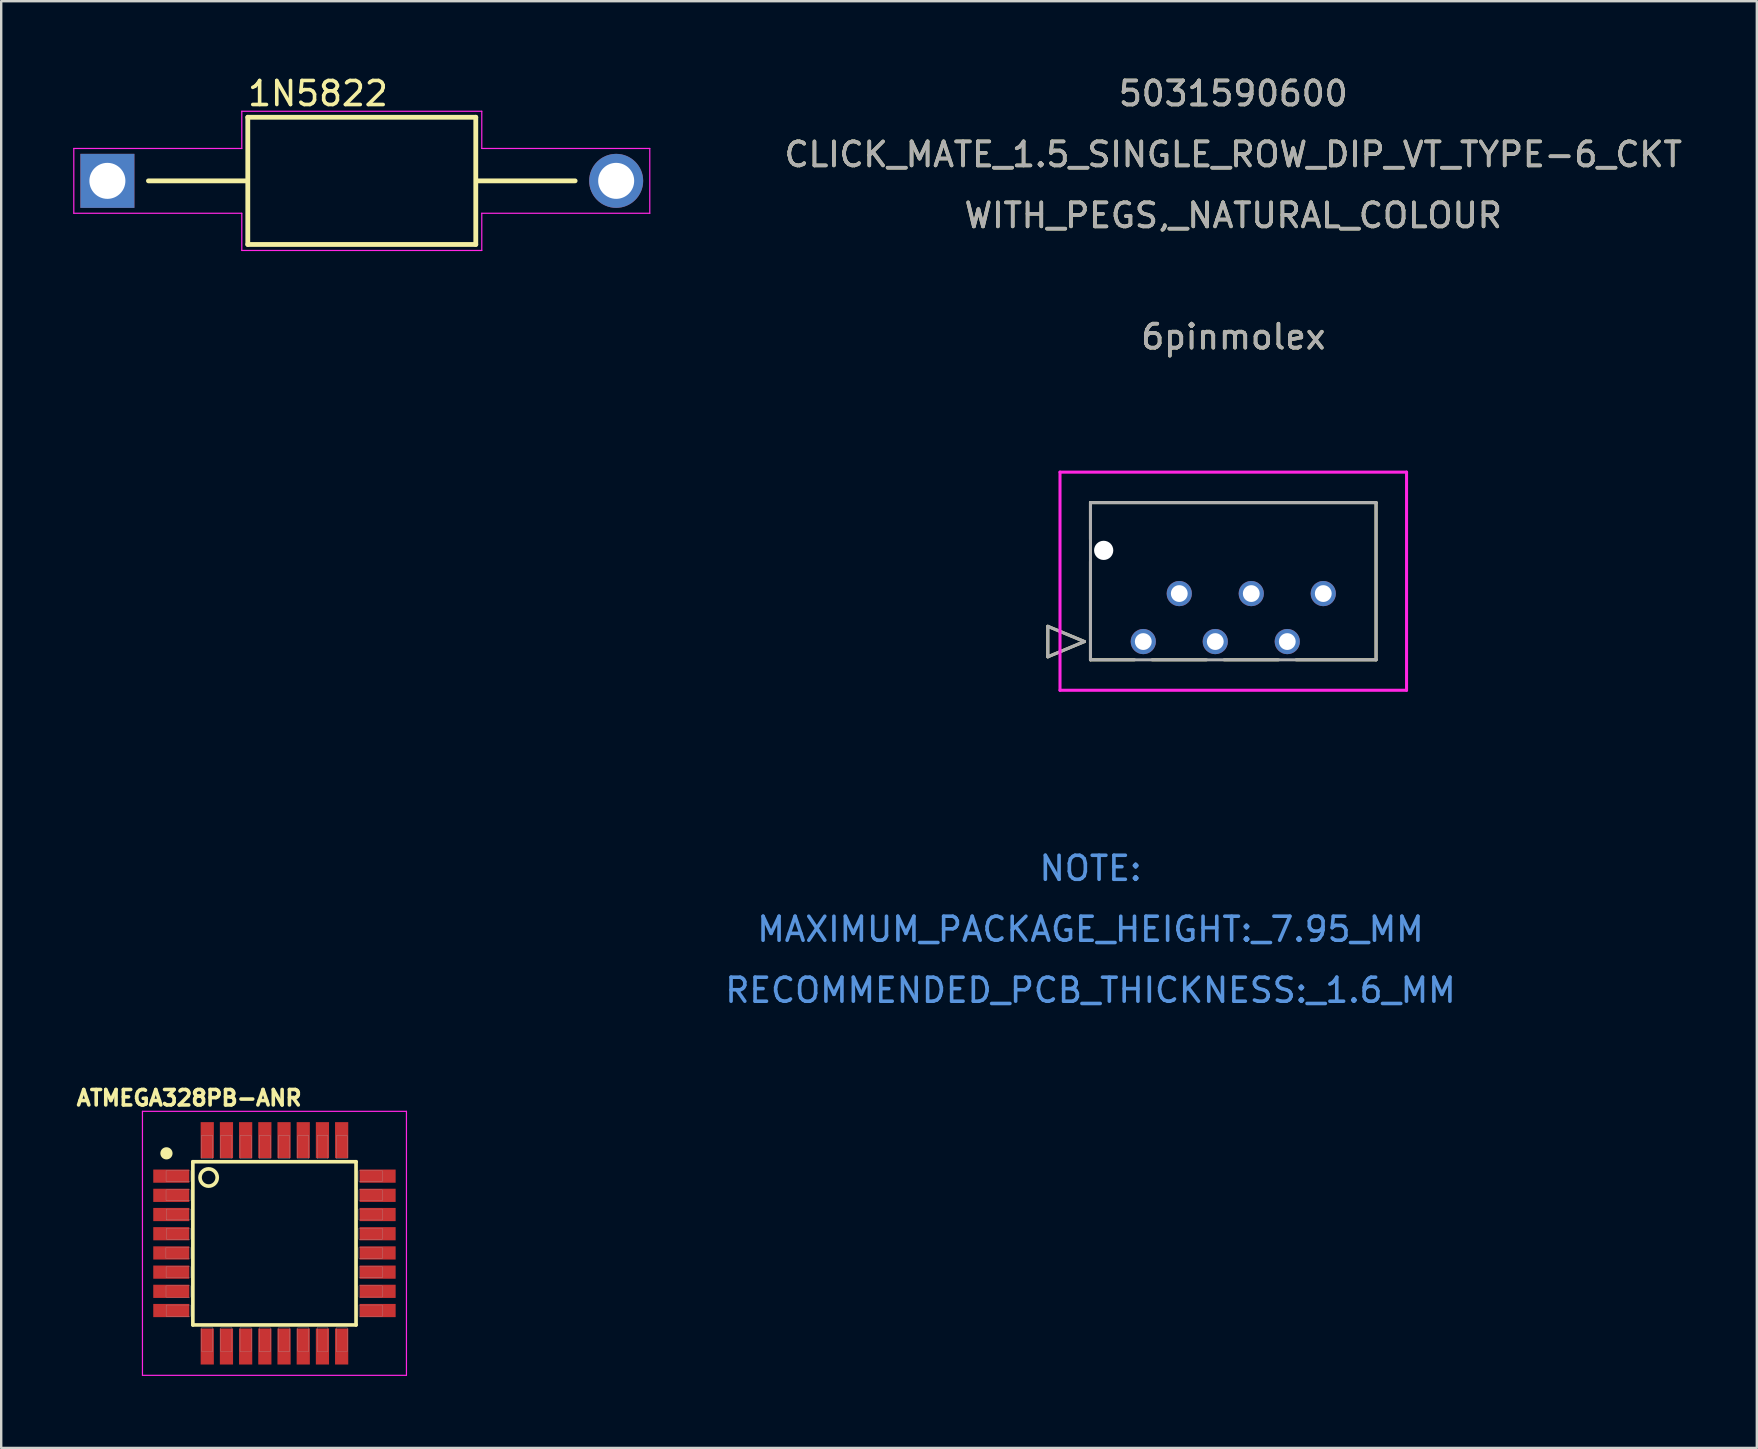
<source format=kicad_pcb>
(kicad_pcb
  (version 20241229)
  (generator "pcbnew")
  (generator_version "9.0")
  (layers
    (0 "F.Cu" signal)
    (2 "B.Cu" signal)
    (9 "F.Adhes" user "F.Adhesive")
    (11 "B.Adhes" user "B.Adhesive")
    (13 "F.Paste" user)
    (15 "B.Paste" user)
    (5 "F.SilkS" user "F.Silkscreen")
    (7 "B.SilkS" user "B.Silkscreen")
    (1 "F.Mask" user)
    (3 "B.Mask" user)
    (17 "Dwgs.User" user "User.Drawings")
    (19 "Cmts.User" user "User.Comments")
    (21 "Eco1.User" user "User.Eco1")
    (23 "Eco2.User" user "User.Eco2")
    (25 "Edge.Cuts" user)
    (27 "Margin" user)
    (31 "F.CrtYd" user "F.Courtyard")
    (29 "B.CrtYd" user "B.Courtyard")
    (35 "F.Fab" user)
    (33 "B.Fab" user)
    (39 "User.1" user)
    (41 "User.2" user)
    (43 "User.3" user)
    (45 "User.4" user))
  (footprint "ATMEGA328PB-ANR"
    (layer "F.Cu")
    (at 8.386 48.758)
    (property "Reference" "ATMEGA328PB-ANR" (at -3.554 -6.057 0) (layer "F.SilkS") (effects (font (size 0.643 0.643) (thickness 0.15))))
    (attr smd)
    (fp_line (start -3.4 -3.4) (end 3.4 -3.4) (stroke (width 0.152) (type solid)) (layer "F.SilkS"))
    (fp_line (start -3.4 3.4) (end -3.4 -3.4) (stroke (width 0.152) (type solid)) (layer "F.SilkS"))
    (fp_line (start 3.4 -3.4) (end 3.4 3.4) (stroke (width 0.152) (type solid)) (layer "F.SilkS"))
    (fp_line (start 3.4 3.4) (end -3.4 3.4) (stroke (width 0.152) (type solid)) (layer "F.SilkS"))
    (fp_circle (center -4.5 -3.75) (end -4.246 -3.75) (stroke (width 0) (type solid)) (fill yes) (layer "F.SilkS"))
    (fp_circle (center -2.743 -2.743) (end -2.384 -2.743) (stroke (width 0.152) (type solid)) (fill no) (layer "F.SilkS"))
    (fp_line (start -5.5 -5.5) (end -5.5 5.5) (stroke (width 0.05) (type solid)) (layer "F.CrtYd"))
    (fp_line (start -5.5 5.5) (end 5.5 5.5) (stroke (width 0.05) (type solid)) (layer "F.CrtYd"))
    (fp_line (start 5.5 -5.5) (end -5.5 -5.5) (stroke (width 0.05) (type solid)) (layer "F.CrtYd"))
    (fp_line (start 5.5 5.5) (end 5.5 -5.5) (stroke (width 0.05) (type solid)) (layer "F.CrtYd"))
    (fp_poly (pts (xy -4.522 0.171) (xy -3.506 0.171) (xy -3.506 0.632) (xy -4.522 0.632)) (stroke (width 0.01) (type solid)) (fill no) (layer "F.Fab"))
    (fp_poly (pts (xy -4.519 1.771) (xy -3.506 1.771) (xy -3.506 2.24) (xy -4.519 2.24)) (stroke (width 0.01) (type solid)) (fill no) (layer "F.Fab"))
    (fp_poly (pts (xy -4.518 -2.229) (xy -3.506 -2.229) (xy -3.506 -1.78) (xy -4.518 -1.78)) (stroke (width 0.01) (type solid)) (fill no) (layer "F.Fab"))
    (fp_poly (pts (xy -4.517 -3.029) (xy -3.506 -3.029) (xy -3.506 -2.583) (xy -4.517 -2.583)) (stroke (width 0.01) (type solid)) (fill no) (layer "F.Fab"))
    (fp_poly (pts (xy -4.516 0.971) (xy -3.506 0.971) (xy -3.506 1.435) (xy -4.516 1.435)) (stroke (width 0.01) (type solid)) (fill no) (layer "F.Fab"))
    (fp_poly (pts (xy -4.515 2.571) (xy -3.506 2.571) (xy -3.506 3.041) (xy -4.515 3.041)) (stroke (width 0.01) (type solid)) (fill no) (layer "F.Fab"))
    (fp_poly (pts (xy -4.512 -1.429) (xy -3.506 -1.429) (xy -3.506 -0.975) (xy -4.512 -0.975)) (stroke (width 0.01) (type solid)) (fill no) (layer "F.Fab"))
    (fp_poly (pts (xy -4.504 -0.629) (xy -3.506 -0.629) (xy -3.506 -0.172) (xy -4.504 -0.172)) (stroke (width 0.01) (type solid)) (fill no) (layer "F.Fab"))
    (fp_poly (pts (xy -3.041 -4.497) (xy -2.571 -4.497) (xy -2.571 -3.52) (xy -3.041 -3.52)) (stroke (width 0.01) (type solid)) (fill no) (layer "F.Fab"))
    (fp_poly (pts (xy -3.036 3.506) (xy -2.571 3.506) (xy -2.571 4.507) (xy -3.036 4.507)) (stroke (width 0.01) (type solid)) (fill no) (layer "F.Fab"))
    (fp_poly (pts (xy -2.243 -4.497) (xy -1.771 -4.497) (xy -1.771 -3.529) (xy -2.243 -3.529)) (stroke (width 0.01) (type solid)) (fill no) (layer "F.Fab"))
    (fp_poly (pts (xy -2.235 3.506) (xy -1.771 3.506) (xy -1.771 4.51) (xy -2.235 4.51)) (stroke (width 0.01) (type solid)) (fill no) (layer "F.Fab"))
    (fp_poly (pts (xy -1.435 -4.497) (xy -0.971 -4.497) (xy -0.971 -3.522) (xy -1.435 -3.522)) (stroke (width 0.01) (type solid)) (fill no) (layer "F.Fab"))
    (fp_poly (pts (xy -1.434 3.506) (xy -0.971 3.506) (xy -0.971 4.513) (xy -1.434 4.513)) (stroke (width 0.01) (type solid)) (fill no) (layer "F.Fab"))
    (fp_poly (pts (xy -0.632 -4.497) (xy -0.171 -4.497) (xy -0.171 -3.523) (xy -0.632 -3.523)) (stroke (width 0.01) (type solid)) (fill no) (layer "F.Fab"))
    (fp_poly (pts (xy -0.631 3.506) (xy -0.171 3.506) (xy -0.171 4.515) (xy -0.631 4.515)) (stroke (width 0.01) (type solid)) (fill no) (layer "F.Fab"))
    (fp_poly (pts (xy 0.172 -4.497) (xy 0.629 -4.497) (xy 0.629 -3.52) (xy 0.172 -3.52)) (stroke (width 0.01) (type solid)) (fill no) (layer "F.Fab"))
    (fp_poly (pts (xy 0.172 3.506) (xy 0.629 3.506) (xy 0.629 4.514) (xy 0.172 4.514)) (stroke (width 0.01) (type solid)) (fill no) (layer "F.Fab"))
    (fp_poly (pts (xy 0.974 3.506) (xy 1.429 3.506) (xy 1.429 4.507) (xy 0.974 4.507)) (stroke (width 0.01) (type solid)) (fill no) (layer "F.Fab"))
    (fp_poly (pts (xy 0.974 -4.497) (xy 1.429 -4.497) (xy 1.429 -3.517) (xy 0.974 -3.517)) (stroke (width 0.01) (type solid)) (fill no) (layer "F.Fab"))
    (fp_poly (pts (xy 1.777 -4.497) (xy 2.229 -4.497) (xy 2.229 -3.518) (xy 1.777 -3.518)) (stroke (width 0.01) (type solid)) (fill no) (layer "F.Fab"))
    (fp_poly (pts (xy 1.78 3.506) (xy 2.229 3.506) (xy 2.229 4.518) (xy 1.78 4.518)) (stroke (width 0.01) (type solid)) (fill no) (layer "F.Fab"))
    (fp_poly (pts (xy 2.582 -4.497) (xy 3.029 -4.497) (xy 3.029 -3.52) (xy 2.582 -3.52)) (stroke (width 0.01) (type solid)) (fill no) (layer "F.Fab"))
    (fp_poly (pts (xy 2.584 3.506) (xy 3.029 3.506) (xy 3.029 4.518) (xy 2.584 4.518)) (stroke (width 0.01) (type solid)) (fill no) (layer "F.Fab"))
    (fp_poly (pts (xy 3.512 -0.629) (xy 4.497 -0.629) (xy 4.497 -0.172) (xy 3.512 -0.172)) (stroke (width 0.01) (type solid)) (fill no) (layer "F.Fab"))
    (fp_poly (pts (xy 3.515 -3.029) (xy 4.497 -3.029) (xy 4.497 -2.578) (xy 3.515 -2.578)) (stroke (width 0.01) (type solid)) (fill no) (layer "F.Fab"))
    (fp_poly (pts (xy 3.516 -1.429) (xy 4.497 -1.429) (xy 4.497 -0.974) (xy 3.516 -0.974)) (stroke (width 0.01) (type solid)) (fill no) (layer "F.Fab"))
    (fp_poly (pts (xy 3.517 0.171) (xy 4.497 0.171) (xy 4.497 0.631) (xy 3.517 0.631)) (stroke (width 0.01) (type solid)) (fill no) (layer "F.Fab"))
    (fp_poly (pts (xy 3.52 -2.229) (xy 4.497 -2.229) (xy 4.497 -1.779) (xy 3.52 -1.779)) (stroke (width 0.01) (type solid)) (fill no) (layer "F.Fab"))
    (fp_poly (pts (xy 3.521 1.771) (xy 4.497 1.771) (xy 4.497 2.238) (xy 3.521 2.238)) (stroke (width 0.01) (type solid)) (fill no) (layer "F.Fab"))
    (fp_poly (pts (xy 3.523 2.571) (xy 4.497 2.571) (xy 4.497 3.043) (xy 3.523 3.043)) (stroke (width 0.01) (type solid)) (fill no) (layer "F.Fab"))
    (fp_poly (pts (xy 3.524 0.971) (xy 4.497 0.971) (xy 4.497 1.436) (xy 3.524 1.436)) (stroke (width 0.01) (type solid)) (fill no) (layer "F.Fab"))
    (pad "1" smd rect (at -4.3 -2.8) (size 1.5 0.55) (layers "F.Cu" "F.Mask" "F.Paste"))
    (pad "2" smd rect (at -4.3 -2) (size 1.5 0.55) (layers "F.Cu" "F.Mask" "F.Paste"))
    (pad "3" smd rect (at -4.3 -1.2) (size 1.5 0.55) (layers "F.Cu" "F.Mask" "F.Paste"))
    (pad "4" smd rect (at -4.3 -0.4) (size 1.5 0.55) (layers "F.Cu" "F.Mask" "F.Paste"))
    (pad "5" smd rect (at -4.3 0.4) (size 1.5 0.55) (layers "F.Cu" "F.Mask" "F.Paste"))
    (pad "6" smd rect (at -4.3 1.2) (size 1.5 0.55) (layers "F.Cu" "F.Mask" "F.Paste"))
    (pad "7" smd rect (at -4.3 2) (size 1.5 0.55) (layers "F.Cu" "F.Mask" "F.Paste"))
    (pad "8" smd rect (at -4.3 2.8) (size 1.5 0.55) (layers "F.Cu" "F.Mask" "F.Paste"))
    (pad "9" smd rect (at -2.8 4.3) (size 0.55 1.5) (layers "F.Cu" "F.Mask" "F.Paste"))
    (pad "10" smd rect (at -2 4.3) (size 0.55 1.5) (layers "F.Cu" "F.Mask" "F.Paste"))
    (pad "11" smd rect (at -1.2 4.3) (size 0.55 1.5) (layers "F.Cu" "F.Mask" "F.Paste"))
    (pad "12" smd rect (at -0.4 4.3) (size 0.55 1.5) (layers "F.Cu" "F.Mask" "F.Paste"))
    (pad "13" smd rect (at 0.4 4.3) (size 0.55 1.5) (layers "F.Cu" "F.Mask" "F.Paste"))
    (pad "14" smd rect (at 1.2 4.3) (size 0.55 1.5) (layers "F.Cu" "F.Mask" "F.Paste"))
    (pad "15" smd rect (at 2 4.3) (size 0.55 1.5) (layers "F.Cu" "F.Mask" "F.Paste"))
    (pad "16" smd rect (at 2.8 4.3) (size 0.55 1.5) (layers "F.Cu" "F.Mask" "F.Paste"))
    (pad "17" smd rect (at 4.3 2.8) (size 1.5 0.55) (layers "F.Cu" "F.Mask" "F.Paste"))
    (pad "18" smd rect (at 4.3 2) (size 1.5 0.55) (layers "F.Cu" "F.Mask" "F.Paste"))
    (pad "19" smd rect (at 4.3 1.2) (size 1.5 0.55) (layers "F.Cu" "F.Mask" "F.Paste"))
    (pad "20" smd rect (at 4.3 0.4) (size 1.5 0.55) (layers "F.Cu" "F.Mask" "F.Paste"))
    (pad "21" smd rect (at 4.3 -0.4) (size 1.5 0.55) (layers "F.Cu" "F.Mask" "F.Paste"))
    (pad "22" smd rect (at 4.3 -1.2) (size 1.5 0.55) (layers "F.Cu" "F.Mask" "F.Paste"))
    (pad "23" smd rect (at 4.3 -2) (size 1.5 0.55) (layers "F.Cu" "F.Mask" "F.Paste"))
    (pad "24" smd rect (at 4.3 -2.8) (size 1.5 0.55) (layers "F.Cu" "F.Mask" "F.Paste"))
    (pad "25" smd rect (at 2.8 -4.3) (size 0.55 1.5) (layers "F.Cu" "F.Mask" "F.Paste"))
    (pad "26" smd rect (at 2 -4.3) (size 0.55 1.5) (layers "F.Cu" "F.Mask" "F.Paste"))
    (pad "27" smd rect (at 1.2 -4.3) (size 0.55 1.5) (layers "F.Cu" "F.Mask" "F.Paste"))
    (pad "28" smd rect (at 0.4 -4.3) (size 0.55 1.5) (layers "F.Cu" "F.Mask" "F.Paste"))
    (pad "29" smd rect (at -0.4 -4.3) (size 0.55 1.5) (layers "F.Cu" "F.Mask" "F.Paste"))
    (pad "30" smd rect (at -1.2 -4.3) (size 0.55 1.5) (layers "F.Cu" "F.Mask" "F.Paste"))
    (pad "31" smd rect (at -2 -4.3) (size 0.55 1.5) (layers "F.Cu" "F.Mask" "F.Paste"))
    (pad "32" smd rect (at -2.8 -4.3) (size 0.55 1.5) (layers "F.Cu" "F.Mask" "F.Paste")))
  (footprint "6pinmolex"
    (layer "F.Cu")
    (at 44.589 23.683)
    (property "Reference" "6pinmolex" (at 3.75 -12.7 0) (unlocked yes) (layer "F.SilkS") (effects (font (size 1 1) (thickness 0.15))))
    (attr through_hole)
    (fp_line (start -3.978 -0.635) (end -2.454 0) (stroke (width 0.127) (type solid)) (layer "F.SilkS"))
    (fp_line (start -3.978 0.635) (end -3.978 -0.635) (stroke (width 0.127) (type solid)) (layer "F.SilkS"))
    (fp_line (start -2.454 0) (end -3.978 0.635) (stroke (width 0.127) (type solid)) (layer "F.SilkS"))
    (fp_line (start -2.2 -5.79) (end -2.2 -4.265) (stroke (width 0.127) (type solid)) (layer "F.SilkS"))
    (fp_line (start -2.2 -3.335) (end -2.2 0.76) (stroke (width 0.127) (type solid)) (layer "F.SilkS"))
    (fp_line (start -2.2 0.76) (end -0.369 0.76) (stroke (width 0.127) (type solid)) (layer "F.SilkS"))
    (fp_line (start 0.369 0.76) (end 2.631 0.76) (stroke (width 0.127) (type solid)) (layer "F.SilkS"))
    (fp_line (start 3.369 0.76) (end 5.631 0.76) (stroke (width 0.127) (type solid)) (layer "F.SilkS"))
    (fp_line (start 6.369 0.76) (end 9.7 0.76) (stroke (width 0.127) (type solid)) (layer "F.SilkS"))
    (fp_line (start 9.7 -5.79) (end -2.2 -5.79) (stroke (width 0.127) (type solid)) (layer "F.SilkS"))
    (fp_line (start 9.7 0.76) (end 9.7 -5.79) (stroke (width 0.127) (type solid)) (layer "F.SilkS"))
    (fp_line (start -3.47 -7.06) (end -3.47 2.03) (stroke (width 0.127) (type solid)) (layer "F.CrtYd"))
    (fp_line (start -3.47 2.03) (end 10.97 2.03) (stroke (width 0.127) (type solid)) (layer "F.CrtYd"))
    (fp_line (start 10.97 -7.06) (end -3.47 -7.06) (stroke (width 0.127) (type solid)) (layer "F.CrtYd"))
    (fp_line (start 10.97 2.03) (end 10.97 -7.06) (stroke (width 0.127) (type solid)) (layer "F.CrtYd"))
    (fp_line (start -3.978 -0.635) (end -2.454 0) (stroke (width 0.127) (type solid)) (layer "F.Fab"))
    (fp_line (start -3.978 0.635) (end -3.978 -0.635) (stroke (width 0.127) (type solid)) (layer "F.Fab"))
    (fp_line (start -2.454 0) (end -3.978 0.635) (stroke (width 0.127) (type solid)) (layer "F.Fab"))
    (fp_line (start -2.2 -5.79) (end -2.2 0.76) (stroke (width 0.127) (type solid)) (layer "F.Fab"))
    (fp_line (start -2.2 0.76) (end 9.7 0.76) (stroke (width 0.127) (type solid)) (layer "F.Fab"))
    (fp_line (start 9.7 -5.79) (end -2.2 -5.79) (stroke (width 0.127) (type solid)) (layer "F.Fab"))
    (fp_line (start 9.7 0.76) (end 9.7 -5.79) (stroke (width 0.127) (type solid)) (layer "F.Fab"))
    (fp_text user "5031590600" (at 3.75 -22.835 0) (unlocked yes) (layer "F.SilkS") (effects (font (size 1 1) (thickness 0.15))))
    (fp_text user "CLICK_MATE_1.5_SINGLE_ROW_DIP_VT_TYPE-6_CKT" (at 3.75 -20.295 0) (unlocked yes) (layer "F.SilkS") (effects (font (size 1 1) (thickness 0.15))))
    (fp_text user "WITH_PEGS,_NATURAL_COLOUR" (at 3.75 -17.755 0) (unlocked yes) (layer "F.SilkS") (effects (font (size 1 1) (thickness 0.15))))
    (fp_text user "NOTE:" (at -2.2 9.45 0) (unlocked yes) (layer "Cmts.User") (effects (font (size 1 1) (thickness 0.15))))
    (fp_text user "RECOMMENDED_PCB_THICKNESS:_1.6_MM" (at -2.2 14.53 0) (unlocked yes) (layer "Cmts.User") (effects (font (size 1 1) (thickness 0.15))))
    (fp_text user "MAXIMUM_PACKAGE_HEIGHT:_7.95_MM" (at -2.2 11.99 0) (unlocked yes) (layer "Cmts.User") (effects (font (size 1 1) (thickness 0.15))))
    (fp_text user "${REFERENCE}" (at 3.75 -12.7 0) (unlocked yes) (layer "F.Fab") (effects (font (size 1 1) (thickness 0.15))))
    (fp_text user "WITH_PEGS,_NATURAL_COLOUR" (at 3.75 -17.755 0) (unlocked yes) (layer "F.Fab") (effects (font (size 1 1) (thickness 0.15))))
    (fp_text user "CLICK_MATE_1.5_SINGLE_ROW_DIP_VT_TYPE-6_CKT" (at 3.75 -20.295 0) (unlocked yes) (layer "F.Fab") (effects (font (size 1 1) (thickness 0.15))))
    (fp_text user "5031590600" (at 3.75 -22.835 0) (unlocked yes) (layer "F.Fab") (effects (font (size 1 1) (thickness 0.15))))
    (pad "" np_thru_hole circle (at -1.65 -3.8) (size 0.8 0.8) (drill 0.8) (layers "*.Cu" "*.Mask"))
    (pad "1" thru_hole circle (at 0 0 90) (size 1.05 1.05) (drill 0.7) (layers "*.Cu" "*.Mask"))
    (pad "2" thru_hole circle (at 1.5 -2 90) (size 1.05 1.05) (drill 0.7) (layers "*.Cu" "*.Mask"))
    (pad "3" thru_hole circle (at 3 0 90) (size 1.05 1.05) (drill 0.7) (layers "*.Cu" "*.Mask"))
    (pad "4" thru_hole circle (at 4.5 -2 90) (size 1.05 1.05) (drill 0.7) (layers "*.Cu" "*.Mask"))
    (pad "5" thru_hole circle (at 6 0 90) (size 1.05 1.05) (drill 0.7) (layers "*.Cu" "*.Mask"))
    (pad "6" thru_hole circle (at 7.5 -2 90) (size 1.05 1.05) (drill 0.7) (layers "*.Cu" "*.Mask")))
  (footprint "1N5822"
    (layer "F.Cu")
    (at 12.025 4.486)
    (property "Reference" "1N5822" (at -1.826 -3.637 0) (layer "F.SilkS") (effects (font (size 1.001 1.001) (thickness 0.15))))
    (attr through_hole)
    (fp_line (start -8.89 0) (end -4.8 0) (stroke (width 0.2) (type solid)) (layer "F.SilkS"))
    (fp_line (start -4.75 -2.65) (end 4.75 -2.65) (stroke (width 0.2) (type solid)) (layer "F.SilkS"))
    (fp_line (start -4.75 2.65) (end -4.75 -2.65) (stroke (width 0.2) (type solid)) (layer "F.SilkS"))
    (fp_line (start 4.75 -2.65) (end 4.75 2.65) (stroke (width 0.2) (type solid)) (layer "F.SilkS"))
    (fp_line (start 4.75 2.65) (end -4.75 2.65) (stroke (width 0.2) (type solid)) (layer "F.SilkS"))
    (fp_line (start 8.89 0) (end 4.8 0) (stroke (width 0.2) (type solid)) (layer "F.SilkS"))
    (fp_line (start -12 -1.35) (end -5 -1.35) (stroke (width 0.05) (type solid)) (layer "F.CrtYd"))
    (fp_line (start -12 1.35) (end -12 -1.35) (stroke (width 0.05) (type solid)) (layer "F.CrtYd"))
    (fp_line (start -12 1.35) (end -5 1.35) (stroke (width 0.05) (type solid)) (layer "F.CrtYd"))
    (fp_line (start -5 -2.9) (end 5 -2.9) (stroke (width 0.05) (type solid)) (layer "F.CrtYd"))
    (fp_line (start -5 -1.35) (end -5 -2.9) (stroke (width 0.05) (type solid)) (layer "F.CrtYd"))
    (fp_line (start -5 1.35) (end -5 2.9) (stroke (width 0.05) (type solid)) (layer "F.CrtYd"))
    (fp_line (start 5 -1.35) (end 5 -2.9) (stroke (width 0.05) (type solid)) (layer "F.CrtYd"))
    (fp_line (start 5 1.35) (end 5 2.9) (stroke (width 0.05) (type solid)) (layer "F.CrtYd"))
    (fp_line (start 5 1.35) (end 12 1.35) (stroke (width 0.05) (type solid)) (layer "F.CrtYd"))
    (fp_line (start 5 2.9) (end -5 2.9) (stroke (width 0.05) (type solid)) (layer "F.CrtYd"))
    (fp_line (start 12 -1.35) (end 5 -1.35) (stroke (width 0.05) (type solid)) (layer "F.CrtYd"))
    (fp_line (start 12 -1.35) (end 12 1.35) (stroke (width 0.05) (type solid)) (layer "F.CrtYd"))
    (pad "A" thru_hole circle (at 10.6 0) (size 2.25 2.25) (drill 1.5) (layers "*.Cu" "*.Mask"))
    (pad "C" thru_hole rect (at -10.6 0) (size 2.25 2.25) (drill 1.5) (layers "*.Cu" "*.Mask")))
  (gr_rect
    (start -3 -3)
    (end 70.155 57.283)
    (stroke (width 0.1) (type default))
    (fill no)
    (layer "Edge.Cuts")))
</source>
